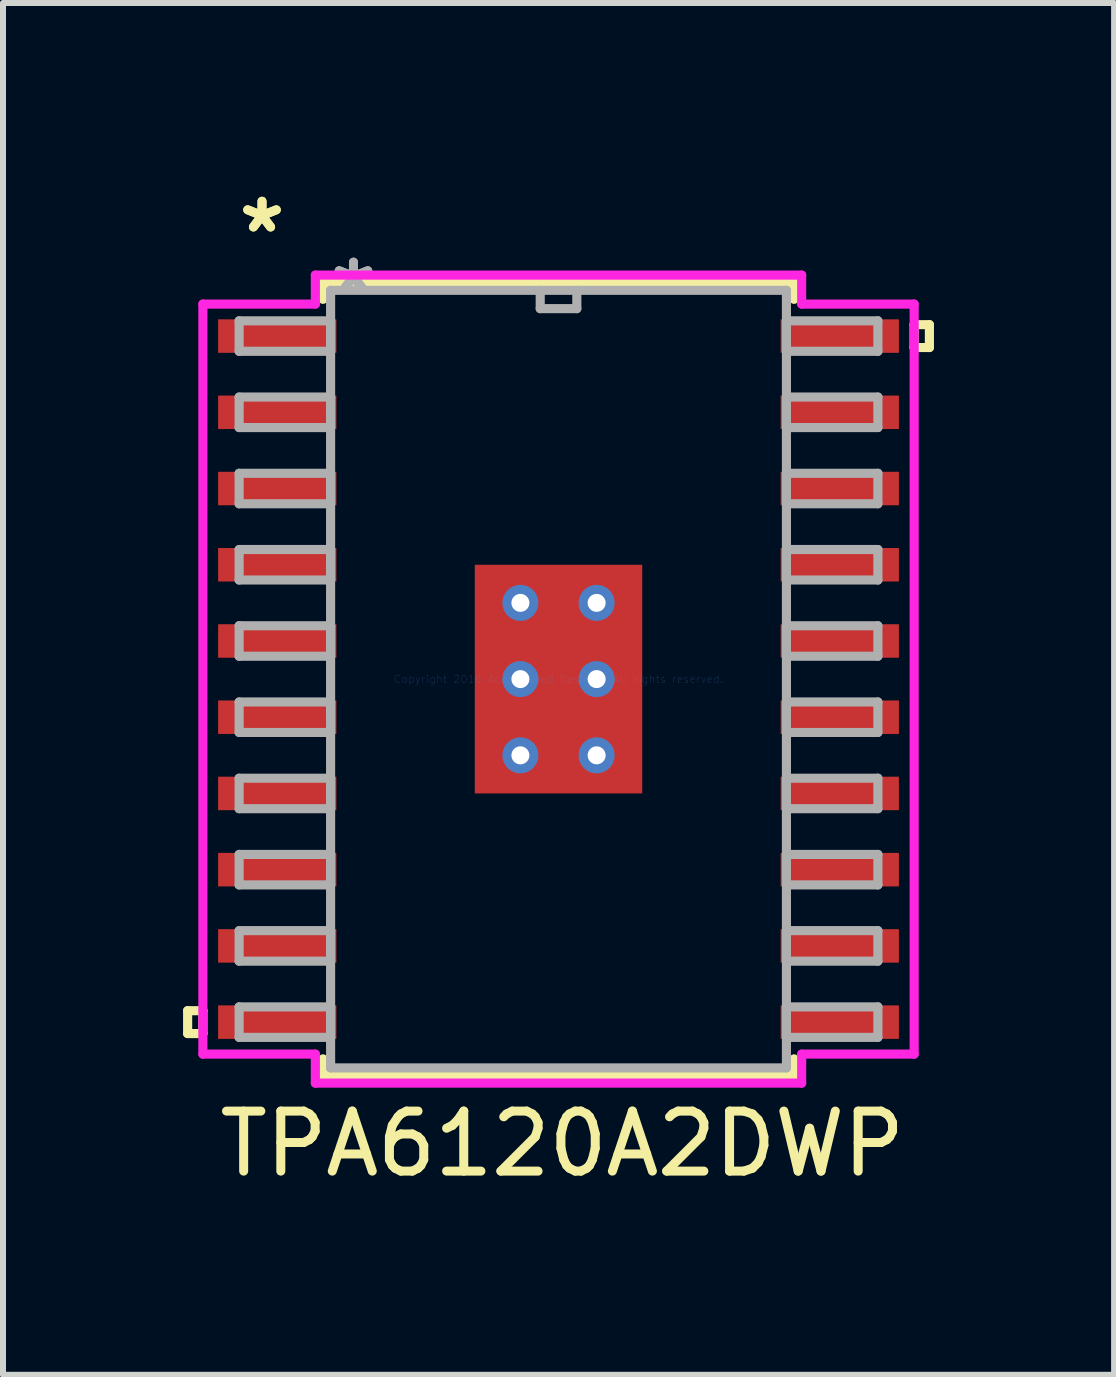
<source format=kicad_pcb>
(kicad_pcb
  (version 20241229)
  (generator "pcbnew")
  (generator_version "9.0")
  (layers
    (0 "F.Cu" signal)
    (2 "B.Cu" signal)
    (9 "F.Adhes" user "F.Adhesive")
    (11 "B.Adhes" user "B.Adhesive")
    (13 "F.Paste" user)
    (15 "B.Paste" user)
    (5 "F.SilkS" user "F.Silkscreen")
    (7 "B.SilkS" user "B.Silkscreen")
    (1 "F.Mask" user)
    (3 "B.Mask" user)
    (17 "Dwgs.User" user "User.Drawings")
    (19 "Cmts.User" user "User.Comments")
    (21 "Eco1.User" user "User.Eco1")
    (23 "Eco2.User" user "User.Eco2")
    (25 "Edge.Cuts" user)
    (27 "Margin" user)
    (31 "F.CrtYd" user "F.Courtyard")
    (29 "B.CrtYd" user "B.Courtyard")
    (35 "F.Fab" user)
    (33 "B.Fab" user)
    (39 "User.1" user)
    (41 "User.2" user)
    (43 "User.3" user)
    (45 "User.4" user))
  (footprint "TPA6120A2DWP"
    (layer "F.Cu")
    (at 6.255 8.264)
    (property "Reference" "TPA6120A2DWP" (at 0.064 7.742 0) (layer "F.SilkS") (effects (font (size 1 1) (thickness 0.15))))
    (attr through_hole)
    (fp_line (start -1.458 -1.968) (end -0.987 -1.968) (stroke (width 0.152) (type solid)) (layer "F.Mask"))
    (fp_line (start -1.458 -1.968) (end 1.458 -1.968) (stroke (width 0.152) (type solid)) (layer "F.Mask"))
    (fp_line (start -1.458 -1.381) (end -1.458 -1.968) (stroke (width 0.152) (type solid)) (layer "F.Mask"))
    (fp_line (start -1.458 -0.981) (end 1.458 -0.981) (stroke (width 0.152) (type solid)) (layer "F.Mask"))
    (fp_line (start -1.458 -0.594) (end -1.458 -0.981) (stroke (width 0.152) (type solid)) (layer "F.Mask"))
    (fp_line (start -1.458 -0.194) (end 1.458 -0.194) (stroke (width 0.152) (type solid)) (layer "F.Mask"))
    (fp_line (start -1.458 0.194) (end -1.458 -0.194) (stroke (width 0.152) (type solid)) (layer "F.Mask"))
    (fp_line (start -1.458 0.594) (end 1.458 0.594) (stroke (width 0.152) (type solid)) (layer "F.Mask"))
    (fp_line (start -1.458 0.981) (end -1.458 0.594) (stroke (width 0.152) (type solid)) (layer "F.Mask"))
    (fp_line (start -1.458 1.381) (end 1.458 1.381) (stroke (width 0.152) (type solid)) (layer "F.Mask"))
    (fp_line (start -1.458 1.968) (end -1.458 -1.968) (stroke (width 0.152) (type solid)) (layer "F.Mask"))
    (fp_line (start -1.458 1.968) (end -1.458 1.381) (stroke (width 0.152) (type solid)) (layer "F.Mask"))
    (fp_line (start -0.987 -1.968) (end -0.987 1.968) (stroke (width 0.152) (type solid)) (layer "F.Mask"))
    (fp_line (start -0.987 1.968) (end -1.458 1.968) (stroke (width 0.152) (type solid)) (layer "F.Mask"))
    (fp_line (start -0.587 -1.968) (end -0.587 1.968) (stroke (width 0.152) (type solid)) (layer "F.Mask"))
    (fp_line (start -0.587 1.968) (end -0.2 1.968) (stroke (width 0.152) (type solid)) (layer "F.Mask"))
    (fp_line (start -0.2 -1.968) (end -0.587 -1.968) (stroke (width 0.152) (type solid)) (layer "F.Mask"))
    (fp_line (start -0.2 1.968) (end -0.2 -1.968) (stroke (width 0.152) (type solid)) (layer "F.Mask"))
    (fp_line (start 0.2 -1.968) (end 0.2 1.968) (stroke (width 0.152) (type solid)) (layer "F.Mask"))
    (fp_line (start 0.2 1.968) (end 0.587 1.968) (stroke (width 0.152) (type solid)) (layer "F.Mask"))
    (fp_line (start 0.587 -1.968) (end 0.2 -1.968) (stroke (width 0.152) (type solid)) (layer "F.Mask"))
    (fp_line (start 0.587 1.968) (end 0.587 -1.968) (stroke (width 0.152) (type solid)) (layer "F.Mask"))
    (fp_line (start 0.987 -1.968) (end 1.458 -1.968) (stroke (width 0.152) (type solid)) (layer "F.Mask"))
    (fp_line (start 0.987 1.968) (end 0.987 -1.968) (stroke (width 0.152) (type solid)) (layer "F.Mask"))
    (fp_line (start 1.458 -1.968) (end 1.458 -1.381) (stroke (width 0.152) (type solid)) (layer "F.Mask"))
    (fp_line (start 1.458 -1.968) (end 1.458 1.968) (stroke (width 0.152) (type solid)) (layer "F.Mask"))
    (fp_line (start 1.458 -1.381) (end -1.458 -1.381) (stroke (width 0.152) (type solid)) (layer "F.Mask"))
    (fp_line (start 1.458 -0.981) (end 1.458 -0.594) (stroke (width 0.152) (type solid)) (layer "F.Mask"))
    (fp_line (start 1.458 -0.594) (end -1.458 -0.594) (stroke (width 0.152) (type solid)) (layer "F.Mask"))
    (fp_line (start 1.458 -0.194) (end 1.458 0.194) (stroke (width 0.152) (type solid)) (layer "F.Mask"))
    (fp_line (start 1.458 0.194) (end -1.458 0.194) (stroke (width 0.152) (type solid)) (layer "F.Mask"))
    (fp_line (start 1.458 0.594) (end 1.458 0.981) (stroke (width 0.152) (type solid)) (layer "F.Mask"))
    (fp_line (start 1.458 0.981) (end -1.458 0.981) (stroke (width 0.152) (type solid)) (layer "F.Mask"))
    (fp_line (start 1.458 1.381) (end 1.458 1.968) (stroke (width 0.152) (type solid)) (layer "F.Mask"))
    (fp_line (start 1.458 1.968) (end -1.458 1.968) (stroke (width 0.152) (type solid)) (layer "F.Mask"))
    (fp_line (start 1.458 1.968) (end 0.987 1.968) (stroke (width 0.152) (type solid)) (layer "F.Mask"))
    (fp_line (start -6.179 5.524) (end -6.179 5.905) (stroke (width 0.152) (type solid)) (layer "F.SilkS"))
    (fp_line (start -6.179 5.905) (end -5.925 5.905) (stroke (width 0.152) (type solid)) (layer "F.SilkS"))
    (fp_line (start -5.925 5.524) (end -6.179 5.524) (stroke (width 0.152) (type solid)) (layer "F.SilkS"))
    (fp_line (start -5.925 5.905) (end -5.925 5.524) (stroke (width 0.152) (type solid)) (layer "F.SilkS"))
    (fp_line (start -3.924 -6.604) (end -3.924 -6.327) (stroke (width 0.152) (type solid)) (layer "F.SilkS"))
    (fp_line (start -3.924 6.327) (end -3.924 6.604) (stroke (width 0.152) (type solid)) (layer "F.SilkS"))
    (fp_line (start -3.924 6.604) (end 3.924 6.604) (stroke (width 0.152) (type solid)) (layer "F.SilkS"))
    (fp_line (start 3.924 -6.604) (end -3.924 -6.604) (stroke (width 0.152) (type solid)) (layer "F.SilkS"))
    (fp_line (start 3.924 -6.327) (end 3.924 -6.604) (stroke (width 0.152) (type solid)) (layer "F.SilkS"))
    (fp_line (start 3.924 6.604) (end 3.924 6.327) (stroke (width 0.152) (type solid)) (layer "F.SilkS"))
    (fp_line (start 5.925 -5.905) (end 6.179 -5.905) (stroke (width 0.152) (type solid)) (layer "F.SilkS"))
    (fp_line (start 5.925 -5.524) (end 5.925 -5.905) (stroke (width 0.152) (type solid)) (layer "F.SilkS"))
    (fp_line (start 6.179 -5.905) (end 6.179 -5.524) (stroke (width 0.152) (type solid)) (layer "F.SilkS"))
    (fp_line (start 6.179 -5.524) (end 5.925 -5.524) (stroke (width 0.152) (type solid)) (layer "F.SilkS"))
    (fp_line (start -1.32 -1.83) (end -1.32 -1.281) (stroke (width 0.152) (type solid)) (layer "F.Paste"))
    (fp_line (start -1.32 -1.281) (end -1.029 -1.281) (stroke (width 0.152) (type solid)) (layer "F.Paste"))
    (fp_line (start -1.32 -1.081) (end -1.32 -0.494) (stroke (width 0.152) (type solid)) (layer "F.Paste"))
    (fp_line (start -1.32 -0.494) (end -1.029 -0.494) (stroke (width 0.152) (type solid)) (layer "F.Paste"))
    (fp_line (start -1.32 -0.294) (end -1.32 0.294) (stroke (width 0.152) (type solid)) (layer "F.Paste"))
    (fp_line (start -1.32 0.294) (end -1.029 0.294) (stroke (width 0.152) (type solid)) (layer "F.Paste"))
    (fp_line (start -1.32 0.494) (end -1.32 1.081) (stroke (width 0.152) (type solid)) (layer "F.Paste"))
    (fp_line (start -1.32 1.081) (end -1.029 1.081) (stroke (width 0.152) (type solid)) (layer "F.Paste"))
    (fp_line (start -1.32 1.281) (end -1.32 1.83) (stroke (width 0.152) (type solid)) (layer "F.Paste"))
    (fp_line (start -1.32 1.83) (end -0.887 1.83) (stroke (width 0.152) (type solid)) (layer "F.Paste"))
    (fp_line (start -1.029 -1.281) (end -1.029 -1.281) (stroke (width 0.152) (type solid)) (layer "F.Paste"))
    (fp_line (start -1.029 -1.281) (end -0.887 -1.423) (stroke (width 0.152) (type solid)) (layer "F.Paste"))
    (fp_line (start -1.029 -1.081) (end -1.32 -1.081) (stroke (width 0.152) (type solid)) (layer "F.Paste"))
    (fp_line (start -1.029 -1.081) (end -1.029 -1.081) (stroke (width 0.152) (type solid)) (layer "F.Paste"))
    (fp_line (start -1.029 -0.494) (end -1.029 -0.494) (stroke (width 0.152) (type solid)) (layer "F.Paste"))
    (fp_line (start -1.029 -0.494) (end -0.887 -0.635) (stroke (width 0.152) (type solid)) (layer "F.Paste"))
    (fp_line (start -1.029 -0.294) (end -1.32 -0.294) (stroke (width 0.152) (type solid)) (layer "F.Paste"))
    (fp_line (start -1.029 -0.294) (end -1.029 -0.294) (stroke (width 0.152) (type solid)) (layer "F.Paste"))
    (fp_line (start -1.029 0.294) (end -1.029 0.294) (stroke (width 0.152) (type solid)) (layer "F.Paste"))
    (fp_line (start -1.029 0.294) (end -0.887 0.152) (stroke (width 0.152) (type solid)) (layer "F.Paste"))
    (fp_line (start -1.029 0.494) (end -1.32 0.494) (stroke (width 0.152) (type solid)) (layer "F.Paste"))
    (fp_line (start -1.029 0.494) (end -1.029 0.494) (stroke (width 0.152) (type solid)) (layer "F.Paste"))
    (fp_line (start -1.029 1.081) (end -1.029 1.081) (stroke (width 0.152) (type solid)) (layer "F.Paste"))
    (fp_line (start -1.029 1.081) (end -0.887 0.94) (stroke (width 0.152) (type solid)) (layer "F.Paste"))
    (fp_line (start -1.029 1.281) (end -1.32 1.281) (stroke (width 0.152) (type solid)) (layer "F.Paste"))
    (fp_line (start -1.029 1.281) (end -1.029 1.281) (stroke (width 0.152) (type solid)) (layer "F.Paste"))
    (fp_line (start -0.887 -1.83) (end -1.32 -1.83) (stroke (width 0.152) (type solid)) (layer "F.Paste"))
    (fp_line (start -0.887 -1.423) (end -0.887 -1.83) (stroke (width 0.152) (type solid)) (layer "F.Paste"))
    (fp_line (start -0.887 -1.423) (end -0.887 -1.423) (stroke (width 0.152) (type solid)) (layer "F.Paste"))
    (fp_line (start -0.887 -0.94) (end -1.029 -1.081) (stroke (width 0.152) (type solid)) (layer "F.Paste"))
    (fp_line (start -0.887 -0.94) (end -0.887 -0.94) (stroke (width 0.152) (type solid)) (layer "F.Paste"))
    (fp_line (start -0.887 -0.635) (end -0.887 -0.94) (stroke (width 0.152) (type solid)) (layer "F.Paste"))
    (fp_line (start -0.887 -0.635) (end -0.887 -0.635) (stroke (width 0.152) (type solid)) (layer "F.Paste"))
    (fp_line (start -0.887 -0.152) (end -1.029 -0.294) (stroke (width 0.152) (type solid)) (layer "F.Paste"))
    (fp_line (start -0.887 -0.152) (end -0.887 -0.152) (stroke (width 0.152) (type solid)) (layer "F.Paste"))
    (fp_line (start -0.887 0.152) (end -0.887 -0.152) (stroke (width 0.152) (type solid)) (layer "F.Paste"))
    (fp_line (start -0.887 0.152) (end -0.887 0.152) (stroke (width 0.152) (type solid)) (layer "F.Paste"))
    (fp_line (start -0.887 0.635) (end -1.029 0.494) (stroke (width 0.152) (type solid)) (layer "F.Paste"))
    (fp_line (start -0.887 0.635) (end -0.887 0.635) (stroke (width 0.152) (type solid)) (layer "F.Paste"))
    (fp_line (start -0.887 0.94) (end -0.887 0.635) (stroke (width 0.152) (type solid)) (layer "F.Paste"))
    (fp_line (start -0.887 0.94) (end -0.887 0.94) (stroke (width 0.152) (type solid)) (layer "F.Paste"))
    (fp_line (start -0.887 1.423) (end -1.029 1.281) (stroke (width 0.152) (type solid)) (layer "F.Paste"))
    (fp_line (start -0.887 1.423) (end -0.887 1.423) (stroke (width 0.152) (type solid)) (layer "F.Paste"))
    (fp_line (start -0.887 1.83) (end -0.887 1.423) (stroke (width 0.152) (type solid)) (layer "F.Paste"))
    (fp_line (start -0.687 -1.83) (end -0.687 -1.423) (stroke (width 0.152) (type solid)) (layer "F.Paste"))
    (fp_line (start -0.687 -1.423) (end -0.687 -1.423) (stroke (width 0.152) (type solid)) (layer "F.Paste"))
    (fp_line (start -0.687 -1.423) (end -0.546 -1.281) (stroke (width 0.152) (type solid)) (layer "F.Paste"))
    (fp_line (start -0.687 -0.94) (end -0.687 -0.94) (stroke (width 0.152) (type solid)) (layer "F.Paste"))
    (fp_line (start -0.687 -0.94) (end -0.687 -0.635) (stroke (width 0.152) (type solid)) (layer "F.Paste"))
    (fp_line (start -0.687 -0.635) (end -0.687 -0.635) (stroke (width 0.152) (type solid)) (layer "F.Paste"))
    (fp_line (start -0.687 -0.635) (end -0.546 -0.494) (stroke (width 0.152) (type solid)) (layer "F.Paste"))
    (fp_line (start -0.687 -0.152) (end -0.687 -0.152) (stroke (width 0.152) (type solid)) (layer "F.Paste"))
    (fp_line (start -0.687 -0.152) (end -0.687 0.152) (stroke (width 0.152) (type solid)) (layer "F.Paste"))
    (fp_line (start -0.687 0.152) (end -0.687 0.152) (stroke (width 0.152) (type solid)) (layer "F.Paste"))
    (fp_line (start -0.687 0.152) (end -0.546 0.294) (stroke (width 0.152) (type solid)) (layer "F.Paste"))
    (fp_line (start -0.687 0.635) (end -0.687 0.635) (stroke (width 0.152) (type solid)) (layer "F.Paste"))
    (fp_line (start -0.687 0.635) (end -0.687 0.94) (stroke (width 0.152) (type solid)) (layer "F.Paste"))
    (fp_line (start -0.687 0.94) (end -0.687 0.94) (stroke (width 0.152) (type solid)) (layer "F.Paste"))
    (fp_line (start -0.687 0.94) (end -0.546 1.081) (stroke (width 0.152) (type solid)) (layer "F.Paste"))
    (fp_line (start -0.687 1.423) (end -0.687 1.423) (stroke (width 0.152) (type solid)) (layer "F.Paste"))
    (fp_line (start -0.687 1.423) (end -0.687 1.83) (stroke (width 0.152) (type solid)) (layer "F.Paste"))
    (fp_line (start -0.687 1.83) (end -0.1 1.83) (stroke (width 0.152) (type solid)) (layer "F.Paste"))
    (fp_line (start -0.546 -1.281) (end -0.546 -1.281) (stroke (width 0.152) (type solid)) (layer "F.Paste"))
    (fp_line (start -0.546 -1.281) (end -0.241 -1.281) (stroke (width 0.152) (type solid)) (layer "F.Paste"))
    (fp_line (start -0.546 -1.081) (end -0.687 -0.94) (stroke (width 0.152) (type solid)) (layer "F.Paste"))
    (fp_line (start -0.546 -1.081) (end -0.546 -1.081) (stroke (width 0.152) (type solid)) (layer "F.Paste"))
    (fp_line (start -0.546 -0.494) (end -0.546 -0.494) (stroke (width 0.152) (type solid)) (layer "F.Paste"))
    (fp_line (start -0.546 -0.494) (end -0.241 -0.494) (stroke (width 0.152) (type solid)) (layer "F.Paste"))
    (fp_line (start -0.546 -0.294) (end -0.687 -0.152) (stroke (width 0.152) (type solid)) (layer "F.Paste"))
    (fp_line (start -0.546 -0.294) (end -0.546 -0.294) (stroke (width 0.152) (type solid)) (layer "F.Paste"))
    (fp_line (start -0.546 0.294) (end -0.546 0.294) (stroke (width 0.152) (type solid)) (layer "F.Paste"))
    (fp_line (start -0.546 0.294) (end -0.241 0.294) (stroke (width 0.152) (type solid)) (layer "F.Paste"))
    (fp_line (start -0.546 0.494) (end -0.687 0.635) (stroke (width 0.152) (type solid)) (layer "F.Paste"))
    (fp_line (start -0.546 0.494) (end -0.546 0.494) (stroke (width 0.152) (type solid)) (layer "F.Paste"))
    (fp_line (start -0.546 1.081) (end -0.546 1.081) (stroke (width 0.152) (type solid)) (layer "F.Paste"))
    (fp_line (start -0.546 1.081) (end -0.241 1.081) (stroke (width 0.152) (type solid)) (layer "F.Paste"))
    (fp_line (start -0.546 1.281) (end -0.687 1.423) (stroke (width 0.152) (type solid)) (layer "F.Paste"))
    (fp_line (start -0.546 1.281) (end -0.546 1.281) (stroke (width 0.152) (type solid)) (layer "F.Paste"))
    (fp_line (start -0.241 -1.281) (end -0.241 -1.281) (stroke (width 0.152) (type solid)) (layer "F.Paste"))
    (fp_line (start -0.241 -1.281) (end -0.1 -1.423) (stroke (width 0.152) (type solid)) (layer "F.Paste"))
    (fp_line (start -0.241 -1.081) (end -0.546 -1.081) (stroke (width 0.152) (type solid)) (layer "F.Paste"))
    (fp_line (start -0.241 -1.081) (end -0.241 -1.081) (stroke (width 0.152) (type solid)) (layer "F.Paste"))
    (fp_line (start -0.241 -0.494) (end -0.241 -0.494) (stroke (width 0.152) (type solid)) (layer "F.Paste"))
    (fp_line (start -0.241 -0.494) (end -0.1 -0.635) (stroke (width 0.152) (type solid)) (layer "F.Paste"))
    (fp_line (start -0.241 -0.294) (end -0.546 -0.294) (stroke (width 0.152) (type solid)) (layer "F.Paste"))
    (fp_line (start -0.241 -0.294) (end -0.241 -0.294) (stroke (width 0.152) (type solid)) (layer "F.Paste"))
    (fp_line (start -0.241 0.294) (end -0.241 0.294) (stroke (width 0.152) (type solid)) (layer "F.Paste"))
    (fp_line (start -0.241 0.294) (end -0.1 0.152) (stroke (width 0.152) (type solid)) (layer "F.Paste"))
    (fp_line (start -0.241 0.494) (end -0.546 0.494) (stroke (width 0.152) (type solid)) (layer "F.Paste"))
    (fp_line (start -0.241 0.494) (end -0.241 0.494) (stroke (width 0.152) (type solid)) (layer "F.Paste"))
    (fp_line (start -0.241 1.081) (end -0.241 1.081) (stroke (width 0.152) (type solid)) (layer "F.Paste"))
    (fp_line (start -0.241 1.081) (end -0.1 0.94) (stroke (width 0.152) (type solid)) (layer "F.Paste"))
    (fp_line (start -0.241 1.281) (end -0.546 1.281) (stroke (width 0.152) (type solid)) (layer "F.Paste"))
    (fp_line (start -0.241 1.281) (end -0.241 1.281) (stroke (width 0.152) (type solid)) (layer "F.Paste"))
    (fp_line (start -0.1 -1.83) (end -0.687 -1.83) (stroke (width 0.152) (type solid)) (layer "F.Paste"))
    (fp_line (start -0.1 -1.423) (end -0.1 -1.83) (stroke (width 0.152) (type solid)) (layer "F.Paste"))
    (fp_line (start -0.1 -1.423) (end -0.1 -1.423) (stroke (width 0.152) (type solid)) (layer "F.Paste"))
    (fp_line (start -0.1 -0.94) (end -0.241 -1.081) (stroke (width 0.152) (type solid)) (layer "F.Paste"))
    (fp_line (start -0.1 -0.94) (end -0.1 -0.94) (stroke (width 0.152) (type solid)) (layer "F.Paste"))
    (fp_line (start -0.1 -0.635) (end -0.1 -0.94) (stroke (width 0.152) (type solid)) (layer "F.Paste"))
    (fp_line (start -0.1 -0.635) (end -0.1 -0.635) (stroke (width 0.152) (type solid)) (layer "F.Paste"))
    (fp_line (start -0.1 -0.152) (end -0.241 -0.294) (stroke (width 0.152) (type solid)) (layer "F.Paste"))
    (fp_line (start -0.1 -0.152) (end -0.1 -0.152) (stroke (width 0.152) (type solid)) (layer "F.Paste"))
    (fp_line (start -0.1 0.152) (end -0.1 -0.152) (stroke (width 0.152) (type solid)) (layer "F.Paste"))
    (fp_line (start -0.1 0.152) (end -0.1 0.152) (stroke (width 0.152) (type solid)) (layer "F.Paste"))
    (fp_line (start -0.1 0.635) (end -0.241 0.494) (stroke (width 0.152) (type solid)) (layer "F.Paste"))
    (fp_line (start -0.1 0.635) (end -0.1 0.635) (stroke (width 0.152) (type solid)) (layer "F.Paste"))
    (fp_line (start -0.1 0.94) (end -0.1 0.635) (stroke (width 0.152) (type solid)) (layer "F.Paste"))
    (fp_line (start -0.1 0.94) (end -0.1 0.94) (stroke (width 0.152) (type solid)) (layer "F.Paste"))
    (fp_line (start -0.1 1.423) (end -0.241 1.281) (stroke (width 0.152) (type solid)) (layer "F.Paste"))
    (fp_line (start -0.1 1.423) (end -0.1 1.423) (stroke (width 0.152) (type solid)) (layer "F.Paste"))
    (fp_line (start -0.1 1.83) (end -0.1 1.423) (stroke (width 0.152) (type solid)) (layer "F.Paste"))
    (fp_line (start 0.1 -1.83) (end 0.1 -1.423) (stroke (width 0.152) (type solid)) (layer "F.Paste"))
    (fp_line (start 0.1 -1.423) (end 0.1 -1.423) (stroke (width 0.152) (type solid)) (layer "F.Paste"))
    (fp_line (start 0.1 -1.423) (end 0.241 -1.281) (stroke (width 0.152) (type solid)) (layer "F.Paste"))
    (fp_line (start 0.1 -0.94) (end 0.1 -0.94) (stroke (width 0.152) (type solid)) (layer "F.Paste"))
    (fp_line (start 0.1 -0.94) (end 0.1 -0.635) (stroke (width 0.152) (type solid)) (layer "F.Paste"))
    (fp_line (start 0.1 -0.635) (end 0.1 -0.635) (stroke (width 0.152) (type solid)) (layer "F.Paste"))
    (fp_line (start 0.1 -0.635) (end 0.241 -0.494) (stroke (width 0.152) (type solid)) (layer "F.Paste"))
    (fp_line (start 0.1 -0.152) (end 0.1 -0.152) (stroke (width 0.152) (type solid)) (layer "F.Paste"))
    (fp_line (start 0.1 -0.152) (end 0.1 0.152) (stroke (width 0.152) (type solid)) (layer "F.Paste"))
    (fp_line (start 0.1 0.152) (end 0.1 0.152) (stroke (width 0.152) (type solid)) (layer "F.Paste"))
    (fp_line (start 0.1 0.152) (end 0.241 0.294) (stroke (width 0.152) (type solid)) (layer "F.Paste"))
    (fp_line (start 0.1 0.635) (end 0.1 0.635) (stroke (width 0.152) (type solid)) (layer "F.Paste"))
    (fp_line (start 0.1 0.635) (end 0.1 0.94) (stroke (width 0.152) (type solid)) (layer "F.Paste"))
    (fp_line (start 0.1 0.94) (end 0.1 0.94) (stroke (width 0.152) (type solid)) (layer "F.Paste"))
    (fp_line (start 0.1 0.94) (end 0.241 1.081) (stroke (width 0.152) (type solid)) (layer "F.Paste"))
    (fp_line (start 0.1 1.423) (end 0.1 1.423) (stroke (width 0.152) (type solid)) (layer "F.Paste"))
    (fp_line (start 0.1 1.423) (end 0.1 1.83) (stroke (width 0.152) (type solid)) (layer "F.Paste"))
    (fp_line (start 0.1 1.83) (end 0.687 1.83) (stroke (width 0.152) (type solid)) (layer "F.Paste"))
    (fp_line (start 0.241 -1.281) (end 0.241 -1.281) (stroke (width 0.152) (type solid)) (layer "F.Paste"))
    (fp_line (start 0.241 -1.281) (end 0.546 -1.281) (stroke (width 0.152) (type solid)) (layer "F.Paste"))
    (fp_line (start 0.241 -1.081) (end 0.1 -0.94) (stroke (width 0.152) (type solid)) (layer "F.Paste"))
    (fp_line (start 0.241 -1.081) (end 0.241 -1.081) (stroke (width 0.152) (type solid)) (layer "F.Paste"))
    (fp_line (start 0.241 -0.494) (end 0.241 -0.494) (stroke (width 0.152) (type solid)) (layer "F.Paste"))
    (fp_line (start 0.241 -0.494) (end 0.546 -0.494) (stroke (width 0.152) (type solid)) (layer "F.Paste"))
    (fp_line (start 0.241 -0.294) (end 0.1 -0.152) (stroke (width 0.152) (type solid)) (layer "F.Paste"))
    (fp_line (start 0.241 -0.294) (end 0.241 -0.294) (stroke (width 0.152) (type solid)) (layer "F.Paste"))
    (fp_line (start 0.241 0.294) (end 0.241 0.294) (stroke (width 0.152) (type solid)) (layer "F.Paste"))
    (fp_line (start 0.241 0.294) (end 0.546 0.294) (stroke (width 0.152) (type solid)) (layer "F.Paste"))
    (fp_line (start 0.241 0.494) (end 0.1 0.635) (stroke (width 0.152) (type solid)) (layer "F.Paste"))
    (fp_line (start 0.241 0.494) (end 0.241 0.494) (stroke (width 0.152) (type solid)) (layer "F.Paste"))
    (fp_line (start 0.241 1.081) (end 0.241 1.081) (stroke (width 0.152) (type solid)) (layer "F.Paste"))
    (fp_line (start 0.241 1.081) (end 0.546 1.081) (stroke (width 0.152) (type solid)) (layer "F.Paste"))
    (fp_line (start 0.241 1.281) (end 0.1 1.423) (stroke (width 0.152) (type solid)) (layer "F.Paste"))
    (fp_line (start 0.241 1.281) (end 0.241 1.281) (stroke (width 0.152) (type solid)) (layer "F.Paste"))
    (fp_line (start 0.546 -1.281) (end 0.546 -1.281) (stroke (width 0.152) (type solid)) (layer "F.Paste"))
    (fp_line (start 0.546 -1.281) (end 0.687 -1.423) (stroke (width 0.152) (type solid)) (layer "F.Paste"))
    (fp_line (start 0.546 -1.081) (end 0.241 -1.081) (stroke (width 0.152) (type solid)) (layer "F.Paste"))
    (fp_line (start 0.546 -1.081) (end 0.546 -1.081) (stroke (width 0.152) (type solid)) (layer "F.Paste"))
    (fp_line (start 0.546 -0.494) (end 0.546 -0.494) (stroke (width 0.152) (type solid)) (layer "F.Paste"))
    (fp_line (start 0.546 -0.494) (end 0.687 -0.635) (stroke (width 0.152) (type solid)) (layer "F.Paste"))
    (fp_line (start 0.546 -0.294) (end 0.241 -0.294) (stroke (width 0.152) (type solid)) (layer "F.Paste"))
    (fp_line (start 0.546 -0.294) (end 0.546 -0.294) (stroke (width 0.152) (type solid)) (layer "F.Paste"))
    (fp_line (start 0.546 0.294) (end 0.546 0.294) (stroke (width 0.152) (type solid)) (layer "F.Paste"))
    (fp_line (start 0.546 0.294) (end 0.687 0.152) (stroke (width 0.152) (type solid)) (layer "F.Paste"))
    (fp_line (start 0.546 0.494) (end 0.241 0.494) (stroke (width 0.152) (type solid)) (layer "F.Paste"))
    (fp_line (start 0.546 0.494) (end 0.546 0.494) (stroke (width 0.152) (type solid)) (layer "F.Paste"))
    (fp_line (start 0.546 1.081) (end 0.546 1.081) (stroke (width 0.152) (type solid)) (layer "F.Paste"))
    (fp_line (start 0.546 1.081) (end 0.687 0.94) (stroke (width 0.152) (type solid)) (layer "F.Paste"))
    (fp_line (start 0.546 1.281) (end 0.241 1.281) (stroke (width 0.152) (type solid)) (layer "F.Paste"))
    (fp_line (start 0.546 1.281) (end 0.546 1.281) (stroke (width 0.152) (type solid)) (layer "F.Paste"))
    (fp_line (start 0.687 -1.83) (end 0.1 -1.83) (stroke (width 0.152) (type solid)) (layer "F.Paste"))
    (fp_line (start 0.687 -1.423) (end 0.687 -1.83) (stroke (width 0.152) (type solid)) (layer "F.Paste"))
    (fp_line (start 0.687 -1.423) (end 0.687 -1.423) (stroke (width 0.152) (type solid)) (layer "F.Paste"))
    (fp_line (start 0.687 -0.94) (end 0.546 -1.081) (stroke (width 0.152) (type solid)) (layer "F.Paste"))
    (fp_line (start 0.687 -0.94) (end 0.687 -0.94) (stroke (width 0.152) (type solid)) (layer "F.Paste"))
    (fp_line (start 0.687 -0.635) (end 0.687 -0.94) (stroke (width 0.152) (type solid)) (layer "F.Paste"))
    (fp_line (start 0.687 -0.635) (end 0.687 -0.635) (stroke (width 0.152) (type solid)) (layer "F.Paste"))
    (fp_line (start 0.687 -0.152) (end 0.546 -0.294) (stroke (width 0.152) (type solid)) (layer "F.Paste"))
    (fp_line (start 0.687 -0.152) (end 0.687 -0.152) (stroke (width 0.152) (type solid)) (layer "F.Paste"))
    (fp_line (start 0.687 0.152) (end 0.687 -0.152) (stroke (width 0.152) (type solid)) (layer "F.Paste"))
    (fp_line (start 0.687 0.152) (end 0.687 0.152) (stroke (width 0.152) (type solid)) (layer "F.Paste"))
    (fp_line (start 0.687 0.635) (end 0.546 0.494) (stroke (width 0.152) (type solid)) (layer "F.Paste"))
    (fp_line (start 0.687 0.635) (end 0.687 0.635) (stroke (width 0.152) (type solid)) (layer "F.Paste"))
    (fp_line (start 0.687 0.94) (end 0.687 0.635) (stroke (width 0.152) (type solid)) (layer "F.Paste"))
    (fp_line (start 0.687 0.94) (end 0.687 0.94) (stroke (width 0.152) (type solid)) (layer "F.Paste"))
    (fp_line (start 0.687 1.423) (end 0.546 1.281) (stroke (width 0.152) (type solid)) (layer "F.Paste"))
    (fp_line (start 0.687 1.423) (end 0.687 1.423) (stroke (width 0.152) (type solid)) (layer "F.Paste"))
    (fp_line (start 0.687 1.83) (end 0.687 1.423) (stroke (width 0.152) (type solid)) (layer "F.Paste"))
    (fp_line (start 0.887 -1.83) (end 0.887 -1.423) (stroke (width 0.152) (type solid)) (layer "F.Paste"))
    (fp_line (start 0.887 -1.423) (end 0.887 -1.423) (stroke (width 0.152) (type solid)) (layer "F.Paste"))
    (fp_line (start 0.887 -1.423) (end 1.029 -1.281) (stroke (width 0.152) (type solid)) (layer "F.Paste"))
    (fp_line (start 0.887 -0.94) (end 0.887 -0.94) (stroke (width 0.152) (type solid)) (layer "F.Paste"))
    (fp_line (start 0.887 -0.94) (end 0.887 -0.635) (stroke (width 0.152) (type solid)) (layer "F.Paste"))
    (fp_line (start 0.887 -0.635) (end 0.887 -0.635) (stroke (width 0.152) (type solid)) (layer "F.Paste"))
    (fp_line (start 0.887 -0.635) (end 1.029 -0.494) (stroke (width 0.152) (type solid)) (layer "F.Paste"))
    (fp_line (start 0.887 -0.152) (end 0.887 -0.152) (stroke (width 0.152) (type solid)) (layer "F.Paste"))
    (fp_line (start 0.887 -0.152) (end 0.887 0.152) (stroke (width 0.152) (type solid)) (layer "F.Paste"))
    (fp_line (start 0.887 0.152) (end 0.887 0.152) (stroke (width 0.152) (type solid)) (layer "F.Paste"))
    (fp_line (start 0.887 0.152) (end 1.029 0.294) (stroke (width 0.152) (type solid)) (layer "F.Paste"))
    (fp_line (start 0.887 0.635) (end 0.887 0.635) (stroke (width 0.152) (type solid)) (layer "F.Paste"))
    (fp_line (start 0.887 0.635) (end 0.887 0.94) (stroke (width 0.152) (type solid)) (layer "F.Paste"))
    (fp_line (start 0.887 0.94) (end 0.887 0.94) (stroke (width 0.152) (type solid)) (layer "F.Paste"))
    (fp_line (start 0.887 0.94) (end 1.029 1.081) (stroke (width 0.152) (type solid)) (layer "F.Paste"))
    (fp_line (start 0.887 1.423) (end 0.887 1.423) (stroke (width 0.152) (type solid)) (layer "F.Paste"))
    (fp_line (start 0.887 1.423) (end 0.887 1.83) (stroke (width 0.152) (type solid)) (layer "F.Paste"))
    (fp_line (start 0.887 1.83) (end 1.32 1.83) (stroke (width 0.152) (type solid)) (layer "F.Paste"))
    (fp_line (start 1.029 -1.281) (end 1.029 -1.281) (stroke (width 0.152) (type solid)) (layer "F.Paste"))
    (fp_line (start 1.029 -1.281) (end 1.32 -1.281) (stroke (width 0.152) (type solid)) (layer "F.Paste"))
    (fp_line (start 1.029 -1.081) (end 0.887 -0.94) (stroke (width 0.152) (type solid)) (layer "F.Paste"))
    (fp_line (start 1.029 -1.081) (end 1.029 -1.081) (stroke (width 0.152) (type solid)) (layer "F.Paste"))
    (fp_line (start 1.029 -0.494) (end 1.029 -0.494) (stroke (width 0.152) (type solid)) (layer "F.Paste"))
    (fp_line (start 1.029 -0.494) (end 1.32 -0.494) (stroke (width 0.152) (type solid)) (layer "F.Paste"))
    (fp_line (start 1.029 -0.294) (end 0.887 -0.152) (stroke (width 0.152) (type solid)) (layer "F.Paste"))
    (fp_line (start 1.029 -0.294) (end 1.029 -0.294) (stroke (width 0.152) (type solid)) (layer "F.Paste"))
    (fp_line (start 1.029 0.294) (end 1.029 0.294) (stroke (width 0.152) (type solid)) (layer "F.Paste"))
    (fp_line (start 1.029 0.294) (end 1.32 0.294) (stroke (width 0.152) (type solid)) (layer "F.Paste"))
    (fp_line (start 1.029 0.494) (end 0.887 0.635) (stroke (width 0.152) (type solid)) (layer "F.Paste"))
    (fp_line (start 1.029 0.494) (end 1.029 0.494) (stroke (width 0.152) (type solid)) (layer "F.Paste"))
    (fp_line (start 1.029 1.081) (end 1.029 1.081) (stroke (width 0.152) (type solid)) (layer "F.Paste"))
    (fp_line (start 1.029 1.081) (end 1.32 1.081) (stroke (width 0.152) (type solid)) (layer "F.Paste"))
    (fp_line (start 1.029 1.281) (end 0.887 1.423) (stroke (width 0.152) (type solid)) (layer "F.Paste"))
    (fp_line (start 1.029 1.281) (end 1.029 1.281) (stroke (width 0.152) (type solid)) (layer "F.Paste"))
    (fp_line (start 1.32 -1.83) (end 0.887 -1.83) (stroke (width 0.152) (type solid)) (layer "F.Paste"))
    (fp_line (start 1.32 -1.281) (end 1.32 -1.83) (stroke (width 0.152) (type solid)) (layer "F.Paste"))
    (fp_line (start 1.32 -1.081) (end 1.029 -1.081) (stroke (width 0.152) (type solid)) (layer "F.Paste"))
    (fp_line (start 1.32 -0.494) (end 1.32 -1.081) (stroke (width 0.152) (type solid)) (layer "F.Paste"))
    (fp_line (start 1.32 -0.294) (end 1.029 -0.294) (stroke (width 0.152) (type solid)) (layer "F.Paste"))
    (fp_line (start 1.32 0.294) (end 1.32 -0.294) (stroke (width 0.152) (type solid)) (layer "F.Paste"))
    (fp_line (start 1.32 0.494) (end 1.029 0.494) (stroke (width 0.152) (type solid)) (layer "F.Paste"))
    (fp_line (start 1.32 1.081) (end 1.32 0.494) (stroke (width 0.152) (type solid)) (layer "F.Paste"))
    (fp_line (start 1.32 1.281) (end 1.029 1.281) (stroke (width 0.152) (type solid)) (layer "F.Paste"))
    (fp_line (start 1.32 1.83) (end 1.32 1.281) (stroke (width 0.152) (type solid)) (layer "F.Paste"))
    (fp_line (start -5.925 -6.248) (end -4.051 -6.248) (stroke (width 0.152) (type solid)) (layer "F.CrtYd"))
    (fp_line (start -5.925 6.248) (end -5.925 -6.248) (stroke (width 0.152) (type solid)) (layer "F.CrtYd"))
    (fp_line (start -4.051 -6.731) (end 4.051 -6.731) (stroke (width 0.152) (type solid)) (layer "F.CrtYd"))
    (fp_line (start -4.051 -6.248) (end -4.051 -6.731) (stroke (width 0.152) (type solid)) (layer "F.CrtYd"))
    (fp_line (start -4.051 6.248) (end -5.925 6.248) (stroke (width 0.152) (type solid)) (layer "F.CrtYd"))
    (fp_line (start -4.051 6.731) (end -4.051 6.248) (stroke (width 0.152) (type solid)) (layer "F.CrtYd"))
    (fp_line (start 4.051 -6.731) (end 4.051 -6.248) (stroke (width 0.152) (type solid)) (layer "F.CrtYd"))
    (fp_line (start 4.051 -6.248) (end 5.925 -6.248) (stroke (width 0.152) (type solid)) (layer "F.CrtYd"))
    (fp_line (start 4.051 6.248) (end 4.051 6.731) (stroke (width 0.152) (type solid)) (layer "F.CrtYd"))
    (fp_line (start 4.051 6.731) (end -4.051 6.731) (stroke (width 0.152) (type solid)) (layer "F.CrtYd"))
    (fp_line (start 5.925 -6.248) (end 5.925 6.248) (stroke (width 0.152) (type solid)) (layer "F.CrtYd"))
    (fp_line (start 5.925 6.248) (end 4.051 6.248) (stroke (width 0.152) (type solid)) (layer "F.CrtYd"))
    (fp_line (start -5.321 -5.969) (end -5.321 -5.461) (stroke (width 0.152) (type solid)) (layer "F.Fab"))
    (fp_line (start -5.321 -5.461) (end -3.797 -5.461) (stroke (width 0.152) (type solid)) (layer "F.Fab"))
    (fp_line (start -5.321 -4.699) (end -5.321 -4.191) (stroke (width 0.152) (type solid)) (layer "F.Fab"))
    (fp_line (start -5.321 -4.191) (end -3.797 -4.191) (stroke (width 0.152) (type solid)) (layer "F.Fab"))
    (fp_line (start -5.321 -3.429) (end -5.321 -2.921) (stroke (width 0.152) (type solid)) (layer "F.Fab"))
    (fp_line (start -5.321 -2.921) (end -3.797 -2.921) (stroke (width 0.152) (type solid)) (layer "F.Fab"))
    (fp_line (start -5.321 -2.159) (end -5.321 -1.651) (stroke (width 0.152) (type solid)) (layer "F.Fab"))
    (fp_line (start -5.321 -1.651) (end -3.797 -1.651) (stroke (width 0.152) (type solid)) (layer "F.Fab"))
    (fp_line (start -5.321 -0.889) (end -5.321 -0.381) (stroke (width 0.152) (type solid)) (layer "F.Fab"))
    (fp_line (start -5.321 -0.381) (end -3.797 -0.381) (stroke (width 0.152) (type solid)) (layer "F.Fab"))
    (fp_line (start -5.321 0.381) (end -5.321 0.889) (stroke (width 0.152) (type solid)) (layer "F.Fab"))
    (fp_line (start -5.321 0.889) (end -3.797 0.889) (stroke (width 0.152) (type solid)) (layer "F.Fab"))
    (fp_line (start -5.321 1.651) (end -5.321 2.159) (stroke (width 0.152) (type solid)) (layer "F.Fab"))
    (fp_line (start -5.321 2.159) (end -3.797 2.159) (stroke (width 0.152) (type solid)) (layer "F.Fab"))
    (fp_line (start -5.321 2.921) (end -5.321 3.429) (stroke (width 0.152) (type solid)) (layer "F.Fab"))
    (fp_line (start -5.321 3.429) (end -3.797 3.429) (stroke (width 0.152) (type solid)) (layer "F.Fab"))
    (fp_line (start -5.321 4.191) (end -5.321 4.699) (stroke (width 0.152) (type solid)) (layer "F.Fab"))
    (fp_line (start -5.321 4.699) (end -3.797 4.699) (stroke (width 0.152) (type solid)) (layer "F.Fab"))
    (fp_line (start -5.321 5.461) (end -5.321 5.969) (stroke (width 0.152) (type solid)) (layer "F.Fab"))
    (fp_line (start -5.321 5.969) (end -3.797 5.969) (stroke (width 0.152) (type solid)) (layer "F.Fab"))
    (fp_line (start -3.797 -6.477) (end -3.797 6.477) (stroke (width 0.152) (type solid)) (layer "F.Fab"))
    (fp_line (start -3.797 -5.969) (end -5.321 -5.969) (stroke (width 0.152) (type solid)) (layer "F.Fab"))
    (fp_line (start -3.797 -5.461) (end -3.797 -5.969) (stroke (width 0.152) (type solid)) (layer "F.Fab"))
    (fp_line (start -3.797 -4.699) (end -5.321 -4.699) (stroke (width 0.152) (type solid)) (layer "F.Fab"))
    (fp_line (start -3.797 -4.191) (end -3.797 -4.699) (stroke (width 0.152) (type solid)) (layer "F.Fab"))
    (fp_line (start -3.797 -3.429) (end -5.321 -3.429) (stroke (width 0.152) (type solid)) (layer "F.Fab"))
    (fp_line (start -3.797 -2.921) (end -3.797 -3.429) (stroke (width 0.152) (type solid)) (layer "F.Fab"))
    (fp_line (start -3.797 -2.159) (end -5.321 -2.159) (stroke (width 0.152) (type solid)) (layer "F.Fab"))
    (fp_line (start -3.797 -1.651) (end -3.797 -2.159) (stroke (width 0.152) (type solid)) (layer "F.Fab"))
    (fp_line (start -3.797 -0.889) (end -5.321 -0.889) (stroke (width 0.152) (type solid)) (layer "F.Fab"))
    (fp_line (start -3.797 -0.381) (end -3.797 -0.889) (stroke (width 0.152) (type solid)) (layer "F.Fab"))
    (fp_line (start -3.797 0.381) (end -5.321 0.381) (stroke (width 0.152) (type solid)) (layer "F.Fab"))
    (fp_line (start -3.797 0.889) (end -3.797 0.381) (stroke (width 0.152) (type solid)) (layer "F.Fab"))
    (fp_line (start -3.797 1.651) (end -5.321 1.651) (stroke (width 0.152) (type solid)) (layer "F.Fab"))
    (fp_line (start -3.797 2.159) (end -3.797 1.651) (stroke (width 0.152) (type solid)) (layer "F.Fab"))
    (fp_line (start -3.797 2.921) (end -5.321 2.921) (stroke (width 0.152) (type solid)) (layer "F.Fab"))
    (fp_line (start -3.797 3.429) (end -3.797 2.921) (stroke (width 0.152) (type solid)) (layer "F.Fab"))
    (fp_line (start -3.797 4.191) (end -5.321 4.191) (stroke (width 0.152) (type solid)) (layer "F.Fab"))
    (fp_line (start -3.797 4.699) (end -3.797 4.191) (stroke (width 0.152) (type solid)) (layer "F.Fab"))
    (fp_line (start -3.797 5.461) (end -5.321 5.461) (stroke (width 0.152) (type solid)) (layer "F.Fab"))
    (fp_line (start -3.797 5.969) (end -3.797 5.461) (stroke (width 0.152) (type solid)) (layer "F.Fab"))
    (fp_line (start -3.797 6.477) (end 3.797 6.477) (stroke (width 0.152) (type solid)) (layer "F.Fab"))
    (fp_line (start -0.305 -6.172) (end -0.305 -6.477) (stroke (width 0.152) (type solid)) (layer "F.Fab"))
    (fp_line (start 0.305 -6.477) (end 0.305 -6.172) (stroke (width 0.152) (type solid)) (layer "F.Fab"))
    (fp_line (start 0.305 -6.172) (end -0.305 -6.172) (stroke (width 0.152) (type solid)) (layer "F.Fab"))
    (fp_line (start 3.797 -6.477) (end -3.797 -6.477) (stroke (width 0.152) (type solid)) (layer "F.Fab"))
    (fp_line (start 3.797 -5.969) (end 3.797 -5.461) (stroke (width 0.152) (type solid)) (layer "F.Fab"))
    (fp_line (start 3.797 -5.461) (end 5.321 -5.461) (stroke (width 0.152) (type solid)) (layer "F.Fab"))
    (fp_line (start 3.797 -4.699) (end 3.797 -4.191) (stroke (width 0.152) (type solid)) (layer "F.Fab"))
    (fp_line (start 3.797 -4.191) (end 5.321 -4.191) (stroke (width 0.152) (type solid)) (layer "F.Fab"))
    (fp_line (start 3.797 -3.429) (end 3.797 -2.921) (stroke (width 0.152) (type solid)) (layer "F.Fab"))
    (fp_line (start 3.797 -2.921) (end 5.321 -2.921) (stroke (width 0.152) (type solid)) (layer "F.Fab"))
    (fp_line (start 3.797 -2.159) (end 3.797 -1.651) (stroke (width 0.152) (type solid)) (layer "F.Fab"))
    (fp_line (start 3.797 -1.651) (end 5.321 -1.651) (stroke (width 0.152) (type solid)) (layer "F.Fab"))
    (fp_line (start 3.797 -0.889) (end 3.797 -0.381) (stroke (width 0.152) (type solid)) (layer "F.Fab"))
    (fp_line (start 3.797 -0.381) (end 5.321 -0.381) (stroke (width 0.152) (type solid)) (layer "F.Fab"))
    (fp_line (start 3.797 0.381) (end 3.797 0.889) (stroke (width 0.152) (type solid)) (layer "F.Fab"))
    (fp_line (start 3.797 0.889) (end 5.321 0.889) (stroke (width 0.152) (type solid)) (layer "F.Fab"))
    (fp_line (start 3.797 1.651) (end 3.797 2.159) (stroke (width 0.152) (type solid)) (layer "F.Fab"))
    (fp_line (start 3.797 2.159) (end 5.321 2.159) (stroke (width 0.152) (type solid)) (layer "F.Fab"))
    (fp_line (start 3.797 2.921) (end 3.797 3.429) (stroke (width 0.152) (type solid)) (layer "F.Fab"))
    (fp_line (start 3.797 3.429) (end 5.321 3.429) (stroke (width 0.152) (type solid)) (layer "F.Fab"))
    (fp_line (start 3.797 4.191) (end 3.797 4.699) (stroke (width 0.152) (type solid)) (layer "F.Fab"))
    (fp_line (start 3.797 4.699) (end 5.321 4.699) (stroke (width 0.152) (type solid)) (layer "F.Fab"))
    (fp_line (start 3.797 5.461) (end 3.797 5.969) (stroke (width 0.152) (type solid)) (layer "F.Fab"))
    (fp_line (start 3.797 5.969) (end 5.321 5.969) (stroke (width 0.152) (type solid)) (layer "F.Fab"))
    (fp_line (start 3.797 6.477) (end 3.797 -6.477) (stroke (width 0.152) (type solid)) (layer "F.Fab"))
    (fp_line (start 5.321 -5.969) (end 3.797 -5.969) (stroke (width 0.152) (type solid)) (layer "F.Fab"))
    (fp_line (start 5.321 -5.461) (end 5.321 -5.969) (stroke (width 0.152) (type solid)) (layer "F.Fab"))
    (fp_line (start 5.321 -4.699) (end 3.797 -4.699) (stroke (width 0.152) (type solid)) (layer "F.Fab"))
    (fp_line (start 5.321 -4.191) (end 5.321 -4.699) (stroke (width 0.152) (type solid)) (layer "F.Fab"))
    (fp_line (start 5.321 -3.429) (end 3.797 -3.429) (stroke (width 0.152) (type solid)) (layer "F.Fab"))
    (fp_line (start 5.321 -2.921) (end 5.321 -3.429) (stroke (width 0.152) (type solid)) (layer "F.Fab"))
    (fp_line (start 5.321 -2.159) (end 3.797 -2.159) (stroke (width 0.152) (type solid)) (layer "F.Fab"))
    (fp_line (start 5.321 -1.651) (end 5.321 -2.159) (stroke (width 0.152) (type solid)) (layer "F.Fab"))
    (fp_line (start 5.321 -0.889) (end 3.797 -0.889) (stroke (width 0.152) (type solid)) (layer "F.Fab"))
    (fp_line (start 5.321 -0.381) (end 5.321 -0.889) (stroke (width 0.152) (type solid)) (layer "F.Fab"))
    (fp_line (start 5.321 0.381) (end 3.797 0.381) (stroke (width 0.152) (type solid)) (layer "F.Fab"))
    (fp_line (start 5.321 0.889) (end 5.321 0.381) (stroke (width 0.152) (type solid)) (layer "F.Fab"))
    (fp_line (start 5.321 1.651) (end 3.797 1.651) (stroke (width 0.152) (type solid)) (layer "F.Fab"))
    (fp_line (start 5.321 2.159) (end 5.321 1.651) (stroke (width 0.152) (type solid)) (layer "F.Fab"))
    (fp_line (start 5.321 2.921) (end 3.797 2.921) (stroke (width 0.152) (type solid)) (layer "F.Fab"))
    (fp_line (start 5.321 3.429) (end 5.321 2.921) (stroke (width 0.152) (type solid)) (layer "F.Fab"))
    (fp_line (start 5.321 4.191) (end 3.797 4.191) (stroke (width 0.152) (type solid)) (layer "F.Fab"))
    (fp_line (start 5.321 4.699) (end 5.321 4.191) (stroke (width 0.152) (type solid)) (layer "F.Fab"))
    (fp_line (start 5.321 5.461) (end 3.797 5.461) (stroke (width 0.152) (type solid)) (layer "F.Fab"))
    (fp_line (start 5.321 5.969) (end 5.321 5.461) (stroke (width 0.152) (type solid)) (layer "F.Fab"))
    (fp_text user "*" (at -4.94 -7.416 0) (layer "F.SilkS") (effects (font (size 1 1) (thickness 0.15))))
    (fp_text user "*" (at -4.94 -7.416 0) (layer "F.SilkS") (effects (font (size 1 1) (thickness 0.15))))
    (fp_text user "Copyright 2016 Accelerated Designs. All rights reserved." (at 0 0 0) (layer "Cmts.User") (effects (font (size 0.127 0.127) (thickness 0.002))))
    (fp_text user "*" (at -3.416 -6.401 0) (layer "F.Fab") (effects (font (size 1 1) (thickness 0.15))))
    (fp_text user "*" (at -3.416 -6.401 0) (layer "F.Fab") (effects (font (size 1 1) (thickness 0.15))))
    (pad "1" smd rect (at -4.686 -5.715) (size 1.97 0.558) (layers "F.Cu" "F.Mask" "F.Paste"))
    (pad "2" smd rect (at -4.686 -4.445) (size 1.97 0.558) (layers "F.Cu" "F.Mask" "F.Paste"))
    (pad "3" smd rect (at -4.686 -3.175) (size 1.97 0.558) (layers "F.Cu" "F.Mask" "F.Paste"))
    (pad "4" smd rect (at -4.686 -1.905) (size 1.97 0.558) (layers "F.Cu" "F.Mask" "F.Paste"))
    (pad "5" smd rect (at -4.686 -0.635) (size 1.97 0.558) (layers "F.Cu" "F.Mask" "F.Paste"))
    (pad "6" smd rect (at -4.686 0.635) (size 1.97 0.558) (layers "F.Cu" "F.Mask" "F.Paste"))
    (pad "7" smd rect (at -4.686 1.905) (size 1.97 0.558) (layers "F.Cu" "F.Mask" "F.Paste"))
    (pad "8" smd rect (at -4.686 3.175) (size 1.97 0.558) (layers "F.Cu" "F.Mask" "F.Paste"))
    (pad "9" smd rect (at -4.686 4.445) (size 1.97 0.558) (layers "F.Cu" "F.Mask" "F.Paste"))
    (pad "10" smd rect (at -4.686 5.715) (size 1.97 0.558) (layers "F.Cu" "F.Mask" "F.Paste"))
    (pad "11" smd rect (at 4.686 5.715) (size 1.97 0.558) (layers "F.Cu" "F.Mask" "F.Paste"))
    (pad "12" smd rect (at 4.686 4.445) (size 1.97 0.558) (layers "F.Cu" "F.Mask" "F.Paste"))
    (pad "13" smd rect (at 4.686 3.175) (size 1.97 0.558) (layers "F.Cu" "F.Mask" "F.Paste"))
    (pad "14" smd rect (at 4.686 1.905) (size 1.97 0.558) (layers "F.Cu" "F.Mask" "F.Paste"))
    (pad "15" smd rect (at 4.686 0.635) (size 1.97 0.558) (layers "F.Cu" "F.Mask" "F.Paste"))
    (pad "16" smd rect (at 4.686 -0.635) (size 1.97 0.558) (layers "F.Cu" "F.Mask" "F.Paste"))
    (pad "17" smd rect (at 4.686 -1.905) (size 1.97 0.558) (layers "F.Cu" "F.Mask" "F.Paste"))
    (pad "18" smd rect (at 4.686 -3.175) (size 1.97 0.558) (layers "F.Cu" "F.Mask" "F.Paste"))
    (pad "19" smd rect (at 4.686 -4.445) (size 1.97 0.558) (layers "F.Cu" "F.Mask" "F.Paste"))
    (pad "20" smd rect (at 4.686 -5.715) (size 1.97 0.558) (layers "F.Cu" "F.Mask" "F.Paste"))
    (pad "21" thru_hole circle (at -0.635 -1.27) (size 0.6 0.6) (drill 0.3) (layers "*.Cu" "*.Mask"))
    (pad "21" thru_hole circle (at -0.635 0) (size 0.6 0.6) (drill 0.3) (layers "*.Cu" "*.Mask"))
    (pad "21" thru_hole circle (at -0.635 1.27) (size 0.6 0.6) (drill 0.3) (layers "*.Cu" "*.Mask"))
    (pad "21" smd rect (at 0 0) (size 2.79 3.81) (layers "F.Cu" "F.Mask" "F.Paste"))
    (pad "21" thru_hole circle (at 0.635 -1.27) (size 0.6 0.6) (drill 0.3) (layers "*.Cu" "*.Mask"))
    (pad "21" thru_hole circle (at 0.635 0) (size 0.6 0.6) (drill 0.3) (layers "*.Cu" "*.Mask"))
    (pad "21" thru_hole circle (at 0.635 1.27) (size 0.6 0.6) (drill 0.3) (layers "*.Cu" "*.Mask")))
  (gr_rect
    (start -3 -3)
    (end 15.511 19.854)
    (stroke (width 0.1) (type default))
    (fill no)
    (layer "Edge.Cuts")))
</source>
